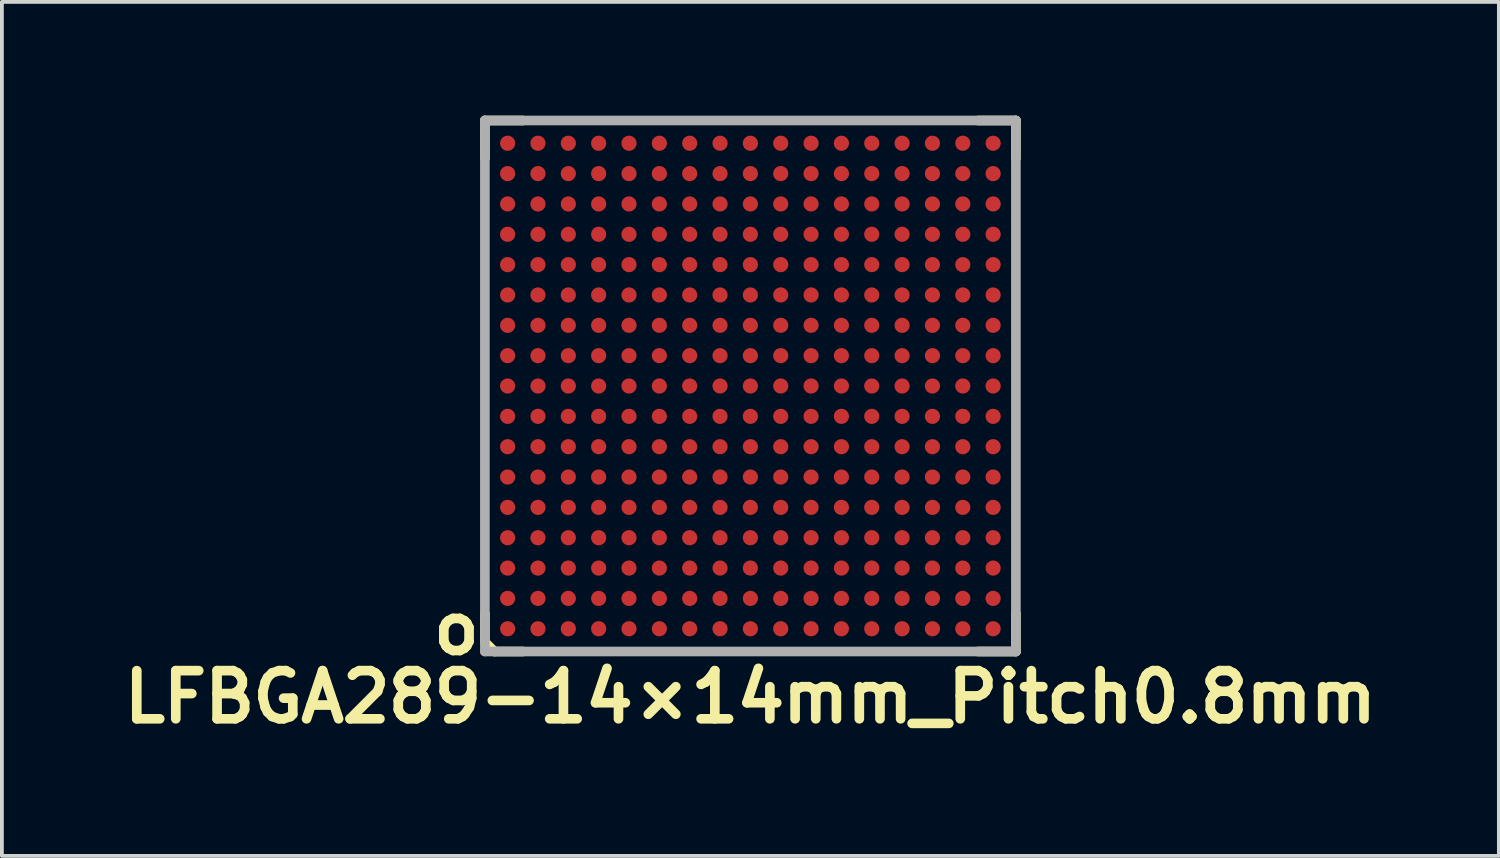
<source format=kicad_pcb>
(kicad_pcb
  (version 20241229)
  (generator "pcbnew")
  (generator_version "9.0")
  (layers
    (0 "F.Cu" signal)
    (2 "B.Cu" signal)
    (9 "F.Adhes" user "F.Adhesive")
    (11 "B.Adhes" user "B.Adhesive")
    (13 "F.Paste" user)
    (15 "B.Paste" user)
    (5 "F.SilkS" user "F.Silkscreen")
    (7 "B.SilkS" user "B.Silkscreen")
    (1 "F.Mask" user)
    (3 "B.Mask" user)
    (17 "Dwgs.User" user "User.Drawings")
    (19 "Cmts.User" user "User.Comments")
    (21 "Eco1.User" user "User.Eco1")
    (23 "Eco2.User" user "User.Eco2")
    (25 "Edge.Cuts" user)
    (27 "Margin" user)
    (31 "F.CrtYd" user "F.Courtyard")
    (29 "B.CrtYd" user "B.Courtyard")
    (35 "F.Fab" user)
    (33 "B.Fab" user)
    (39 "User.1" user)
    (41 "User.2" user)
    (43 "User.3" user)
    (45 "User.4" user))
  (footprint "LFBGA289-14×14mm_Pitch0.8mm"
    (layer "F.Cu")
    (at 16.734 7.127)
    (property "Reference" "LFBGA289-14×14mm_Pitch0.8mm" (at 0 8.2 0) (layer "F.SilkS") (effects (font (size 1.27 1.27) (thickness 0.254))))
    (attr smd)
    (fp_line (start -7 -7) (end -6 -7) (stroke (width 0.254) (type solid)) (layer "F.SilkS"))
    (fp_line (start -7 -6) (end -7 -7) (stroke (width 0.254) (type solid)) (layer "F.SilkS"))
    (fp_line (start -7 6) (end -7 6.75) (stroke (width 0.254) (type solid)) (layer "F.SilkS"))
    (fp_line (start -6.75 7) (end -7 6.75) (stroke (width 0.254) (type solid)) (layer "F.SilkS"))
    (fp_line (start -6.75 7) (end -6 7) (stroke (width 0.254) (type solid)) (layer "F.SilkS"))
    (fp_line (start 6 7) (end 7 7) (stroke (width 0.254) (type solid)) (layer "F.SilkS"))
    (fp_line (start 7 -7) (end 6 -7) (stroke (width 0.254) (type solid)) (layer "F.SilkS"))
    (fp_line (start 7 -6) (end 7 -7) (stroke (width 0.254) (type solid)) (layer "F.SilkS"))
    (fp_line (start 7 7) (end 7 6) (stroke (width 0.254) (type solid)) (layer "F.SilkS"))
    (fp_line (start -7 7) (end -7 -7) (stroke (width 0.254) (type solid)) (layer "F.Fab"))
    (fp_line (start 7 -7) (end -7 -7) (stroke (width 0.254) (type solid)) (layer "F.Fab"))
    (fp_line (start 7 7) (end -7 7) (stroke (width 0.254) (type solid)) (layer "F.Fab"))
    (fp_line (start 7 7) (end 7 -7) (stroke (width 0.254) (type solid)) (layer "F.Fab"))
    (fp_text user "o" (at -7.75 6.4 0) (layer "F.SilkS") (effects (font (size 1.27 1.27) (thickness 0.254))))
    (pad "" smd rect (at -6.4 -6.4 90) (size 0.42 0.42) (layers "F.Paste"))
    (pad "" smd rect (at -6.4 -5.6 90) (size 0.42 0.42) (layers "F.Paste"))
    (pad "" smd rect (at -6.4 -4.8 90) (size 0.42 0.42) (layers "F.Paste"))
    (pad "" smd rect (at -6.4 -4 90) (size 0.42 0.42) (layers "F.Paste"))
    (pad "" smd rect (at -6.4 -3.2 90) (size 0.42 0.42) (layers "F.Paste"))
    (pad "" smd rect (at -6.4 -2.4 90) (size 0.42 0.42) (layers "F.Paste"))
    (pad "" smd rect (at -6.4 -1.6 90) (size 0.42 0.42) (layers "F.Paste"))
    (pad "" smd rect (at -6.4 -0.8 90) (size 0.42 0.42) (layers "F.Paste"))
    (pad "" smd rect (at -6.4 0 90) (size 0.42 0.42) (layers "F.Paste"))
    (pad "" smd rect (at -6.4 0.8 90) (size 0.42 0.42) (layers "F.Paste"))
    (pad "" smd rect (at -6.4 1.6 90) (size 0.42 0.42) (layers "F.Paste"))
    (pad "" smd rect (at -6.4 2.4 90) (size 0.42 0.42) (layers "F.Paste"))
    (pad "" smd rect (at -6.4 3.2 90) (size 0.42 0.42) (layers "F.Paste"))
    (pad "" smd rect (at -6.4 4 90) (size 0.42 0.42) (layers "F.Paste"))
    (pad "" smd rect (at -6.4 4.8 90) (size 0.42 0.42) (layers "F.Paste"))
    (pad "" smd rect (at -6.4 5.6 90) (size 0.42 0.42) (layers "F.Paste"))
    (pad "" smd rect (at -6.4 6.4 90) (size 0.42 0.42) (layers "F.Paste"))
    (pad "" smd rect (at -5.6 -6.4 90) (size 0.42 0.42) (layers "F.Paste"))
    (pad "" smd rect (at -5.6 -5.6 90) (size 0.42 0.42) (layers "F.Paste"))
    (pad "" smd rect (at -5.6 -4.8 90) (size 0.42 0.42) (layers "F.Paste"))
    (pad "" smd rect (at -5.6 -4 90) (size 0.42 0.42) (layers "F.Paste"))
    (pad "" smd rect (at -5.6 -3.2 90) (size 0.42 0.42) (layers "F.Paste"))
    (pad "" smd rect (at -5.6 -2.4 90) (size 0.42 0.42) (layers "F.Paste"))
    (pad "" smd rect (at -5.6 -1.6 90) (size 0.42 0.42) (layers "F.Paste"))
    (pad "" smd rect (at -5.6 -0.8 90) (size 0.42 0.42) (layers "F.Paste"))
    (pad "" smd rect (at -5.6 0 90) (size 0.42 0.42) (layers "F.Paste"))
    (pad "" smd rect (at -5.6 0.8 90) (size 0.42 0.42) (layers "F.Paste"))
    (pad "" smd rect (at -5.6 1.6 90) (size 0.42 0.42) (layers "F.Paste"))
    (pad "" smd rect (at -5.6 2.4 90) (size 0.42 0.42) (layers "F.Paste"))
    (pad "" smd rect (at -5.6 3.2 90) (size 0.42 0.42) (layers "F.Paste"))
    (pad "" smd rect (at -5.6 4 90) (size 0.42 0.42) (layers "F.Paste"))
    (pad "" smd rect (at -5.6 4.8 90) (size 0.42 0.42) (layers "F.Paste"))
    (pad "" smd rect (at -5.6 5.6 90) (size 0.42 0.42) (layers "F.Paste"))
    (pad "" smd rect (at -5.6 6.4 90) (size 0.42 0.42) (layers "F.Paste"))
    (pad "" smd rect (at -4.8 -6.4 90) (size 0.42 0.42) (layers "F.Paste"))
    (pad "" smd rect (at -4.8 -5.6 90) (size 0.42 0.42) (layers "F.Paste"))
    (pad "" smd rect (at -4.8 -4.8 90) (size 0.42 0.42) (layers "F.Paste"))
    (pad "" smd rect (at -4.8 -4 90) (size 0.42 0.42) (layers "F.Paste"))
    (pad "" smd rect (at -4.8 -3.2 90) (size 0.42 0.42) (layers "F.Paste"))
    (pad "" smd rect (at -4.8 -2.4 90) (size 0.42 0.42) (layers "F.Paste"))
    (pad "" smd rect (at -4.8 -1.6 90) (size 0.42 0.42) (layers "F.Paste"))
    (pad "" smd rect (at -4.8 -0.8 90) (size 0.42 0.42) (layers "F.Paste"))
    (pad "" smd rect (at -4.8 0 90) (size 0.42 0.42) (layers "F.Paste"))
    (pad "" smd rect (at -4.8 0.8 90) (size 0.42 0.42) (layers "F.Paste"))
    (pad "" smd rect (at -4.8 1.6 90) (size 0.42 0.42) (layers "F.Paste"))
    (pad "" smd rect (at -4.8 2.4 90) (size 0.42 0.42) (layers "F.Paste"))
    (pad "" smd rect (at -4.8 3.2 90) (size 0.42 0.42) (layers "F.Paste"))
    (pad "" smd rect (at -4.8 4 90) (size 0.42 0.42) (layers "F.Paste"))
    (pad "" smd rect (at -4.8 4.8 90) (size 0.42 0.42) (layers "F.Paste"))
    (pad "" smd rect (at -4.8 5.6 90) (size 0.42 0.42) (layers "F.Paste"))
    (pad "" smd rect (at -4.8 6.4 90) (size 0.42 0.42) (layers "F.Paste"))
    (pad "" smd rect (at -4 -6.4 90) (size 0.42 0.42) (layers "F.Paste"))
    (pad "" smd rect (at -4 -5.6 90) (size 0.42 0.42) (layers "F.Paste"))
    (pad "" smd rect (at -4 -4.8 90) (size 0.42 0.42) (layers "F.Paste"))
    (pad "" smd rect (at -4 -4 90) (size 0.42 0.42) (layers "F.Paste"))
    (pad "" smd rect (at -4 -3.2 90) (size 0.42 0.42) (layers "F.Paste"))
    (pad "" smd rect (at -4 -2.4 90) (size 0.42 0.42) (layers "F.Paste"))
    (pad "" smd rect (at -4 -1.6 90) (size 0.42 0.42) (layers "F.Paste"))
    (pad "" smd rect (at -4 -0.8 90) (size 0.42 0.42) (layers "F.Paste"))
    (pad "" smd rect (at -4 0 90) (size 0.42 0.42) (layers "F.Paste"))
    (pad "" smd rect (at -4 0.8 90) (size 0.42 0.42) (layers "F.Paste"))
    (pad "" smd rect (at -4 1.6 90) (size 0.42 0.42) (layers "F.Paste"))
    (pad "" smd rect (at -4 2.4 90) (size 0.42 0.42) (layers "F.Paste"))
    (pad "" smd rect (at -4 3.2 90) (size 0.42 0.42) (layers "F.Paste"))
    (pad "" smd rect (at -4 4 90) (size 0.42 0.42) (layers "F.Paste"))
    (pad "" smd rect (at -4 4.8 90) (size 0.42 0.42) (layers "F.Paste"))
    (pad "" smd rect (at -4 5.6 90) (size 0.42 0.42) (layers "F.Paste"))
    (pad "" smd rect (at -4 6.4 90) (size 0.42 0.42) (layers "F.Paste"))
    (pad "" smd rect (at -3.2 -6.4 90) (size 0.42 0.42) (layers "F.Paste"))
    (pad "" smd rect (at -3.2 -5.6 90) (size 0.42 0.42) (layers "F.Paste"))
    (pad "" smd rect (at -3.2 -4.8 90) (size 0.42 0.42) (layers "F.Paste"))
    (pad "" smd rect (at -3.2 -4 90) (size 0.42 0.42) (layers "F.Paste"))
    (pad "" smd rect (at -3.2 -3.2 90) (size 0.42 0.42) (layers "F.Paste"))
    (pad "" smd rect (at -3.2 -2.4 90) (size 0.42 0.42) (layers "F.Paste"))
    (pad "" smd rect (at -3.2 -1.6 90) (size 0.42 0.42) (layers "F.Paste"))
    (pad "" smd rect (at -3.2 -0.8 90) (size 0.42 0.42) (layers "F.Paste"))
    (pad "" smd rect (at -3.2 0 90) (size 0.42 0.42) (layers "F.Paste"))
    (pad "" smd rect (at -3.2 0.8 90) (size 0.42 0.42) (layers "F.Paste"))
    (pad "" smd rect (at -3.2 1.6 90) (size 0.42 0.42) (layers "F.Paste"))
    (pad "" smd rect (at -3.2 2.4 90) (size 0.42 0.42) (layers "F.Paste"))
    (pad "" smd rect (at -3.2 3.2 90) (size 0.42 0.42) (layers "F.Paste"))
    (pad "" smd rect (at -3.2 4 90) (size 0.42 0.42) (layers "F.Paste"))
    (pad "" smd rect (at -3.2 4.8 90) (size 0.42 0.42) (layers "F.Paste"))
    (pad "" smd rect (at -3.2 5.6 90) (size 0.42 0.42) (layers "F.Paste"))
    (pad "" smd rect (at -3.2 6.4 90) (size 0.42 0.42) (layers "F.Paste"))
    (pad "" smd rect (at -2.4 -6.4 90) (size 0.42 0.42) (layers "F.Paste"))
    (pad "" smd rect (at -2.4 -5.6 90) (size 0.42 0.42) (layers "F.Paste"))
    (pad "" smd rect (at -2.4 -4.8 90) (size 0.42 0.42) (layers "F.Paste"))
    (pad "" smd rect (at -2.4 -4 90) (size 0.42 0.42) (layers "F.Paste"))
    (pad "" smd rect (at -2.4 -3.2 90) (size 0.42 0.42) (layers "F.Paste"))
    (pad "" smd rect (at -2.4 -2.4 90) (size 0.42 0.42) (layers "F.Paste"))
    (pad "" smd rect (at -2.4 -1.6 90) (size 0.42 0.42) (layers "F.Paste"))
    (pad "" smd rect (at -2.4 -0.8 90) (size 0.42 0.42) (layers "F.Paste"))
    (pad "" smd rect (at -2.4 0 90) (size 0.42 0.42) (layers "F.Paste"))
    (pad "" smd rect (at -2.4 0.8 90) (size 0.42 0.42) (layers "F.Paste"))
    (pad "" smd rect (at -2.4 1.6 90) (size 0.42 0.42) (layers "F.Paste"))
    (pad "" smd rect (at -2.4 2.4 90) (size 0.42 0.42) (layers "F.Paste"))
    (pad "" smd rect (at -2.4 3.2 90) (size 0.42 0.42) (layers "F.Paste"))
    (pad "" smd rect (at -2.4 4 90) (size 0.42 0.42) (layers "F.Paste"))
    (pad "" smd rect (at -2.4 4.8 90) (size 0.42 0.42) (layers "F.Paste"))
    (pad "" smd rect (at -2.4 5.6 90) (size 0.42 0.42) (layers "F.Paste"))
    (pad "" smd rect (at -2.4 6.4 90) (size 0.42 0.42) (layers "F.Paste"))
    (pad "" smd rect (at -1.6 -6.4 90) (size 0.42 0.42) (layers "F.Paste"))
    (pad "" smd rect (at -1.6 -5.6 90) (size 0.42 0.42) (layers "F.Paste"))
    (pad "" smd rect (at -1.6 -4.8 90) (size 0.42 0.42) (layers "F.Paste"))
    (pad "" smd rect (at -1.6 -4 90) (size 0.42 0.42) (layers "F.Paste"))
    (pad "" smd rect (at -1.6 -3.2 90) (size 0.42 0.42) (layers "F.Paste"))
    (pad "" smd rect (at -1.6 -2.4 90) (size 0.42 0.42) (layers "F.Paste"))
    (pad "" smd rect (at -1.6 -1.6 90) (size 0.42 0.42) (layers "F.Paste"))
    (pad "" smd rect (at -1.6 -0.8 90) (size 0.42 0.42) (layers "F.Paste"))
    (pad "" smd rect (at -1.6 0 90) (size 0.42 0.42) (layers "F.Paste"))
    (pad "" smd rect (at -1.6 0.8 90) (size 0.42 0.42) (layers "F.Paste"))
    (pad "" smd rect (at -1.6 1.6 90) (size 0.42 0.42) (layers "F.Paste"))
    (pad "" smd rect (at -1.6 2.4 90) (size 0.42 0.42) (layers "F.Paste"))
    (pad "" smd rect (at -1.6 3.2 90) (size 0.42 0.42) (layers "F.Paste"))
    (pad "" smd rect (at -1.6 4 90) (size 0.42 0.42) (layers "F.Paste"))
    (pad "" smd rect (at -1.6 4.8 90) (size 0.42 0.42) (layers "F.Paste"))
    (pad "" smd rect (at -1.6 5.6 90) (size 0.42 0.42) (layers "F.Paste"))
    (pad "" smd rect (at -1.6 6.4 90) (size 0.42 0.42) (layers "F.Paste"))
    (pad "" smd rect (at -0.8 -6.4 90) (size 0.42 0.42) (layers "F.Paste"))
    (pad "" smd rect (at -0.8 -5.6 90) (size 0.42 0.42) (layers "F.Paste"))
    (pad "" smd rect (at -0.8 -4.8 90) (size 0.42 0.42) (layers "F.Paste"))
    (pad "" smd rect (at -0.8 -4 90) (size 0.42 0.42) (layers "F.Paste"))
    (pad "" smd rect (at -0.8 -3.2 90) (size 0.42 0.42) (layers "F.Paste"))
    (pad "" smd rect (at -0.8 -2.4 90) (size 0.42 0.42) (layers "F.Paste"))
    (pad "" smd rect (at -0.8 -1.6 90) (size 0.42 0.42) (layers "F.Paste"))
    (pad "" smd rect (at -0.8 -0.8 90) (size 0.42 0.42) (layers "F.Paste"))
    (pad "" smd rect (at -0.8 0 90) (size 0.42 0.42) (layers "F.Paste"))
    (pad "" smd rect (at -0.8 0.8 90) (size 0.42 0.42) (layers "F.Paste"))
    (pad "" smd rect (at -0.8 1.6 90) (size 0.42 0.42) (layers "F.Paste"))
    (pad "" smd rect (at -0.8 2.4 90) (size 0.42 0.42) (layers "F.Paste"))
    (pad "" smd rect (at -0.8 3.2 90) (size 0.42 0.42) (layers "F.Paste"))
    (pad "" smd rect (at -0.8 4 90) (size 0.42 0.42) (layers "F.Paste"))
    (pad "" smd rect (at -0.8 4.8 90) (size 0.42 0.42) (layers "F.Paste"))
    (pad "" smd rect (at -0.8 5.6 90) (size 0.42 0.42) (layers "F.Paste"))
    (pad "" smd rect (at -0.8 6.4 90) (size 0.42 0.42) (layers "F.Paste"))
    (pad "" smd rect (at 0 -6.4 90) (size 0.42 0.42) (layers "F.Paste"))
    (pad "" smd rect (at 0 -5.6 90) (size 0.42 0.42) (layers "F.Paste"))
    (pad "" smd rect (at 0 -4.8 90) (size 0.42 0.42) (layers "F.Paste"))
    (pad "" smd rect (at 0 -4 90) (size 0.42 0.42) (layers "F.Paste"))
    (pad "" smd rect (at 0 -3.2 90) (size 0.42 0.42) (layers "F.Paste"))
    (pad "" smd rect (at 0 -2.4 90) (size 0.42 0.42) (layers "F.Paste"))
    (pad "" smd rect (at 0 -1.6 90) (size 0.42 0.42) (layers "F.Paste"))
    (pad "" smd rect (at 0 -0.8 90) (size 0.42 0.42) (layers "F.Paste"))
    (pad "" smd rect (at 0 0 90) (size 0.42 0.42) (layers "F.Paste"))
    (pad "" smd rect (at 0 0.8 90) (size 0.42 0.42) (layers "F.Paste"))
    (pad "" smd rect (at 0 1.6 90) (size 0.42 0.42) (layers "F.Paste"))
    (pad "" smd rect (at 0 2.4 90) (size 0.42 0.42) (layers "F.Paste"))
    (pad "" smd rect (at 0 3.2 90) (size 0.42 0.42) (layers "F.Paste"))
    (pad "" smd rect (at 0 4 90) (size 0.42 0.42) (layers "F.Paste"))
    (pad "" smd rect (at 0 4.8 90) (size 0.42 0.42) (layers "F.Paste"))
    (pad "" smd rect (at 0 5.6 90) (size 0.42 0.42) (layers "F.Paste"))
    (pad "" smd rect (at 0 6.4 90) (size 0.42 0.42) (layers "F.Paste"))
    (pad "" smd rect (at 0.8 -6.4 90) (size 0.42 0.42) (layers "F.Paste"))
    (pad "" smd rect (at 0.8 -5.6 90) (size 0.42 0.42) (layers "F.Paste"))
    (pad "" smd rect (at 0.8 -4.8 90) (size 0.42 0.42) (layers "F.Paste"))
    (pad "" smd rect (at 0.8 -4 90) (size 0.42 0.42) (layers "F.Paste"))
    (pad "" smd rect (at 0.8 -3.2 90) (size 0.42 0.42) (layers "F.Paste"))
    (pad "" smd rect (at 0.8 -2.4 90) (size 0.42 0.42) (layers "F.Paste"))
    (pad "" smd rect (at 0.8 -1.6 90) (size 0.42 0.42) (layers "F.Paste"))
    (pad "" smd rect (at 0.8 -0.8 90) (size 0.42 0.42) (layers "F.Paste"))
    (pad "" smd rect (at 0.8 0 90) (size 0.42 0.42) (layers "F.Paste"))
    (pad "" smd rect (at 0.8 0.8 90) (size 0.42 0.42) (layers "F.Paste"))
    (pad "" smd rect (at 0.8 1.6 90) (size 0.42 0.42) (layers "F.Paste"))
    (pad "" smd rect (at 0.8 2.4 90) (size 0.42 0.42) (layers "F.Paste"))
    (pad "" smd rect (at 0.8 3.2 90) (size 0.42 0.42) (layers "F.Paste"))
    (pad "" smd rect (at 0.8 4 90) (size 0.42 0.42) (layers "F.Paste"))
    (pad "" smd rect (at 0.8 4.8 90) (size 0.42 0.42) (layers "F.Paste"))
    (pad "" smd rect (at 0.8 5.6 90) (size 0.42 0.42) (layers "F.Paste"))
    (pad "" smd rect (at 0.8 6.4 90) (size 0.42 0.42) (layers "F.Paste"))
    (pad "" smd rect (at 1.6 -6.4 90) (size 0.42 0.42) (layers "F.Paste"))
    (pad "" smd rect (at 1.6 -5.6 90) (size 0.42 0.42) (layers "F.Paste"))
    (pad "" smd rect (at 1.6 -4.8 90) (size 0.42 0.42) (layers "F.Paste"))
    (pad "" smd rect (at 1.6 -4 90) (size 0.42 0.42) (layers "F.Paste"))
    (pad "" smd rect (at 1.6 -3.2 90) (size 0.42 0.42) (layers "F.Paste"))
    (pad "" smd rect (at 1.6 -2.4 90) (size 0.42 0.42) (layers "F.Paste"))
    (pad "" smd rect (at 1.6 -1.6 90) (size 0.42 0.42) (layers "F.Paste"))
    (pad "" smd rect (at 1.6 -0.8 90) (size 0.42 0.42) (layers "F.Paste"))
    (pad "" smd rect (at 1.6 0 90) (size 0.42 0.42) (layers "F.Paste"))
    (pad "" smd rect (at 1.6 0.8 90) (size 0.42 0.42) (layers "F.Paste"))
    (pad "" smd rect (at 1.6 1.6 90) (size 0.42 0.42) (layers "F.Paste"))
    (pad "" smd rect (at 1.6 2.4 90) (size 0.42 0.42) (layers "F.Paste"))
    (pad "" smd rect (at 1.6 3.2 90) (size 0.42 0.42) (layers "F.Paste"))
    (pad "" smd rect (at 1.6 4 90) (size 0.42 0.42) (layers "F.Paste"))
    (pad "" smd rect (at 1.6 4.8 90) (size 0.42 0.42) (layers "F.Paste"))
    (pad "" smd rect (at 1.6 5.6 90) (size 0.42 0.42) (layers "F.Paste"))
    (pad "" smd rect (at 1.6 6.4 90) (size 0.42 0.42) (layers "F.Paste"))
    (pad "" smd rect (at 2.4 -6.4 90) (size 0.42 0.42) (layers "F.Paste"))
    (pad "" smd rect (at 2.4 -5.6 90) (size 0.42 0.42) (layers "F.Paste"))
    (pad "" smd rect (at 2.4 -4.8 90) (size 0.42 0.42) (layers "F.Paste"))
    (pad "" smd rect (at 2.4 -4 90) (size 0.42 0.42) (layers "F.Paste"))
    (pad "" smd rect (at 2.4 -3.2 90) (size 0.42 0.42) (layers "F.Paste"))
    (pad "" smd rect (at 2.4 -2.4 90) (size 0.42 0.42) (layers "F.Paste"))
    (pad "" smd rect (at 2.4 -1.6 90) (size 0.42 0.42) (layers "F.Paste"))
    (pad "" smd rect (at 2.4 -0.8 90) (size 0.42 0.42) (layers "F.Paste"))
    (pad "" smd rect (at 2.4 0 90) (size 0.42 0.42) (layers "F.Paste"))
    (pad "" smd rect (at 2.4 0.8 90) (size 0.42 0.42) (layers "F.Paste"))
    (pad "" smd rect (at 2.4 1.6 90) (size 0.42 0.42) (layers "F.Paste"))
    (pad "" smd rect (at 2.4 2.4 90) (size 0.42 0.42) (layers "F.Paste"))
    (pad "" smd rect (at 2.4 3.2 90) (size 0.42 0.42) (layers "F.Paste"))
    (pad "" smd rect (at 2.4 4 90) (size 0.42 0.42) (layers "F.Paste"))
    (pad "" smd rect (at 2.4 4.8 90) (size 0.42 0.42) (layers "F.Paste"))
    (pad "" smd rect (at 2.4 5.6 90) (size 0.42 0.42) (layers "F.Paste"))
    (pad "" smd rect (at 2.4 6.4 90) (size 0.42 0.42) (layers "F.Paste"))
    (pad "" smd rect (at 3.2 -6.4 90) (size 0.42 0.42) (layers "F.Paste"))
    (pad "" smd rect (at 3.2 -5.6 90) (size 0.42 0.42) (layers "F.Paste"))
    (pad "" smd rect (at 3.2 -4.8 90) (size 0.42 0.42) (layers "F.Paste"))
    (pad "" smd rect (at 3.2 -4 90) (size 0.42 0.42) (layers "F.Paste"))
    (pad "" smd rect (at 3.2 -3.2 90) (size 0.42 0.42) (layers "F.Paste"))
    (pad "" smd rect (at 3.2 -2.4 90) (size 0.42 0.42) (layers "F.Paste"))
    (pad "" smd rect (at 3.2 -1.6 90) (size 0.42 0.42) (layers "F.Paste"))
    (pad "" smd rect (at 3.2 -0.8 90) (size 0.42 0.42) (layers "F.Paste"))
    (pad "" smd rect (at 3.2 0 90) (size 0.42 0.42) (layers "F.Paste"))
    (pad "" smd rect (at 3.2 0.8 90) (size 0.42 0.42) (layers "F.Paste"))
    (pad "" smd rect (at 3.2 1.6 90) (size 0.42 0.42) (layers "F.Paste"))
    (pad "" smd rect (at 3.2 2.4 90) (size 0.42 0.42) (layers "F.Paste"))
    (pad "" smd rect (at 3.2 3.2 90) (size 0.42 0.42) (layers "F.Paste"))
    (pad "" smd rect (at 3.2 4 90) (size 0.42 0.42) (layers "F.Paste"))
    (pad "" smd rect (at 3.2 4.8 90) (size 0.42 0.42) (layers "F.Paste"))
    (pad "" smd rect (at 3.2 5.6 90) (size 0.42 0.42) (layers "F.Paste"))
    (pad "" smd rect (at 3.2 6.4 90) (size 0.42 0.42) (layers "F.Paste"))
    (pad "" smd rect (at 4 -6.4 90) (size 0.42 0.42) (layers "F.Paste"))
    (pad "" smd rect (at 4 -5.6 90) (size 0.42 0.42) (layers "F.Paste"))
    (pad "" smd rect (at 4 -4.8 90) (size 0.42 0.42) (layers "F.Paste"))
    (pad "" smd rect (at 4 -4 90) (size 0.42 0.42) (layers "F.Paste"))
    (pad "" smd rect (at 4 -3.2 90) (size 0.42 0.42) (layers "F.Paste"))
    (pad "" smd rect (at 4 -2.4 90) (size 0.42 0.42) (layers "F.Paste"))
    (pad "" smd rect (at 4 -1.6 90) (size 0.42 0.42) (layers "F.Paste"))
    (pad "" smd rect (at 4 -0.8 90) (size 0.42 0.42) (layers "F.Paste"))
    (pad "" smd rect (at 4 0 90) (size 0.42 0.42) (layers "F.Paste"))
    (pad "" smd rect (at 4 0.8 90) (size 0.42 0.42) (layers "F.Paste"))
    (pad "" smd rect (at 4 1.6 90) (size 0.42 0.42) (layers "F.Paste"))
    (pad "" smd rect (at 4 2.4 90) (size 0.42 0.42) (layers "F.Paste"))
    (pad "" smd rect (at 4 3.2 90) (size 0.42 0.42) (layers "F.Paste"))
    (pad "" smd rect (at 4 4 90) (size 0.42 0.42) (layers "F.Paste"))
    (pad "" smd rect (at 4 4.8 90) (size 0.42 0.42) (layers "F.Paste"))
    (pad "" smd rect (at 4 5.6 90) (size 0.42 0.42) (layers "F.Paste"))
    (pad "" smd rect (at 4 6.4 90) (size 0.42 0.42) (layers "F.Paste"))
    (pad "" smd rect (at 4.8 -6.4 90) (size 0.42 0.42) (layers "F.Paste"))
    (pad "" smd rect (at 4.8 -5.6 90) (size 0.42 0.42) (layers "F.Paste"))
    (pad "" smd rect (at 4.8 -4.8 90) (size 0.42 0.42) (layers "F.Paste"))
    (pad "" smd rect (at 4.8 -4 90) (size 0.42 0.42) (layers "F.Paste"))
    (pad "" smd rect (at 4.8 -3.2 90) (size 0.42 0.42) (layers "F.Paste"))
    (pad "" smd rect (at 4.8 -2.4 90) (size 0.42 0.42) (layers "F.Paste"))
    (pad "" smd rect (at 4.8 -1.6 90) (size 0.42 0.42) (layers "F.Paste"))
    (pad "" smd rect (at 4.8 -0.8 90) (size 0.42 0.42) (layers "F.Paste"))
    (pad "" smd rect (at 4.8 0 90) (size 0.42 0.42) (layers "F.Paste"))
    (pad "" smd rect (at 4.8 0.8 90) (size 0.42 0.42) (layers "F.Paste"))
    (pad "" smd rect (at 4.8 1.6 90) (size 0.42 0.42) (layers "F.Paste"))
    (pad "" smd rect (at 4.8 2.4 90) (size 0.42 0.42) (layers "F.Paste"))
    (pad "" smd rect (at 4.8 3.2 90) (size 0.42 0.42) (layers "F.Paste"))
    (pad "" smd rect (at 4.8 4 90) (size 0.42 0.42) (layers "F.Paste"))
    (pad "" smd rect (at 4.8 4.8 90) (size 0.42 0.42) (layers "F.Paste"))
    (pad "" smd rect (at 4.8 5.6 90) (size 0.42 0.42) (layers "F.Paste"))
    (pad "" smd rect (at 4.8 6.4 90) (size 0.42 0.42) (layers "F.Paste"))
    (pad "" smd rect (at 5.6 -6.4 90) (size 0.42 0.42) (layers "F.Paste"))
    (pad "" smd rect (at 5.6 -5.6 90) (size 0.42 0.42) (layers "F.Paste"))
    (pad "" smd rect (at 5.6 -4.8 90) (size 0.42 0.42) (layers "F.Paste"))
    (pad "" smd rect (at 5.6 -4 90) (size 0.42 0.42) (layers "F.Paste"))
    (pad "" smd rect (at 5.6 -3.2 90) (size 0.42 0.42) (layers "F.Paste"))
    (pad "" smd rect (at 5.6 -2.4 90) (size 0.42 0.42) (layers "F.Paste"))
    (pad "" smd rect (at 5.6 -1.6 90) (size 0.42 0.42) (layers "F.Paste"))
    (pad "" smd rect (at 5.6 -0.8 90) (size 0.42 0.42) (layers "F.Paste"))
    (pad "" smd rect (at 5.6 0 90) (size 0.42 0.42) (layers "F.Paste"))
    (pad "" smd rect (at 5.6 0.8 90) (size 0.42 0.42) (layers "F.Paste"))
    (pad "" smd rect (at 5.6 1.6 90) (size 0.42 0.42) (layers "F.Paste"))
    (pad "" smd rect (at 5.6 2.4 90) (size 0.42 0.42) (layers "F.Paste"))
    (pad "" smd rect (at 5.6 3.2 90) (size 0.42 0.42) (layers "F.Paste"))
    (pad "" smd rect (at 5.6 4 90) (size 0.42 0.42) (layers "F.Paste"))
    (pad "" smd rect (at 5.6 4.8 90) (size 0.42 0.42) (layers "F.Paste"))
    (pad "" smd rect (at 5.6 5.6 90) (size 0.42 0.42) (layers "F.Paste"))
    (pad "" smd rect (at 5.6 6.4 90) (size 0.42 0.42) (layers "F.Paste"))
    (pad "" smd rect (at 6.4 -6.4 90) (size 0.42 0.42) (layers "F.Paste"))
    (pad "" smd rect (at 6.4 -5.6 90) (size 0.42 0.42) (layers "F.Paste"))
    (pad "" smd rect (at 6.4 -4.8 90) (size 0.42 0.42) (layers "F.Paste"))
    (pad "" smd rect (at 6.4 -4 90) (size 0.42 0.42) (layers "F.Paste"))
    (pad "" smd rect (at 6.4 -3.2 90) (size 0.42 0.42) (layers "F.Paste"))
    (pad "" smd rect (at 6.4 -2.4 90) (size 0.42 0.42) (layers "F.Paste"))
    (pad "" smd rect (at 6.4 -1.6 90) (size 0.42 0.42) (layers "F.Paste"))
    (pad "" smd rect (at 6.4 -0.8 90) (size 0.42 0.42) (layers "F.Paste"))
    (pad "" smd rect (at 6.4 0 90) (size 0.42 0.42) (layers "F.Paste"))
    (pad "" smd rect (at 6.4 0.8 90) (size 0.42 0.42) (layers "F.Paste"))
    (pad "" smd rect (at 6.4 1.6 90) (size 0.42 0.42) (layers "F.Paste"))
    (pad "" smd rect (at 6.4 2.4 90) (size 0.42 0.42) (layers "F.Paste"))
    (pad "" smd rect (at 6.4 3.2 90) (size 0.42 0.42) (layers "F.Paste"))
    (pad "" smd rect (at 6.4 4 90) (size 0.42 0.42) (layers "F.Paste"))
    (pad "" smd rect (at 6.4 4.8 90) (size 0.42 0.42) (layers "F.Paste"))
    (pad "" smd rect (at 6.4 5.6 90) (size 0.42 0.42) (layers "F.Paste"))
    (pad "" smd rect (at 6.4 6.4 90) (size 0.42 0.42) (layers "F.Paste"))
    (pad "A1" smd circle (at -6.4 6.4 90) (size 0.4 0.4) (layers "F.Cu" "F.Mask"))
    (pad "A2" smd circle (at -6.4 5.6 90) (size 0.4 0.4) (layers "F.Cu" "F.Mask"))
    (pad "A3" smd circle (at -6.4 4.8 90) (size 0.4 0.4) (layers "F.Cu" "F.Mask"))
    (pad "A4" smd circle (at -6.4 4 90) (size 0.4 0.4) (layers "F.Cu" "F.Mask"))
    (pad "A5" smd circle (at -6.4 3.2 90) (size 0.4 0.4) (layers "F.Cu" "F.Mask"))
    (pad "A6" smd circle (at -6.4 2.4 90) (size 0.4 0.4) (layers "F.Cu" "F.Mask"))
    (pad "A7" smd circle (at -6.4 1.6 90) (size 0.4 0.4) (layers "F.Cu" "F.Mask"))
    (pad "A8" smd circle (at -6.4 0.8 90) (size 0.4 0.4) (layers "F.Cu" "F.Mask"))
    (pad "A9" smd circle (at -6.4 0 90) (size 0.4 0.4) (layers "F.Cu" "F.Mask"))
    (pad "A10" smd circle (at -6.4 -0.8 90) (size 0.4 0.4) (layers "F.Cu" "F.Mask"))
    (pad "A11" smd circle (at -6.4 -1.6 90) (size 0.4 0.4) (layers "F.Cu" "F.Mask"))
    (pad "A12" smd circle (at -6.4 -2.4 90) (size 0.4 0.4) (layers "F.Cu" "F.Mask"))
    (pad "A13" smd circle (at -6.4 -3.2 90) (size 0.4 0.4) (layers "F.Cu" "F.Mask"))
    (pad "A14" smd circle (at -6.4 -4 90) (size 0.4 0.4) (layers "F.Cu" "F.Mask"))
    (pad "A15" smd circle (at -6.4 -4.8 90) (size 0.4 0.4) (layers "F.Cu" "F.Mask"))
    (pad "A16" smd circle (at -6.4 -5.6 90) (size 0.4 0.4) (layers "F.Cu" "F.Mask"))
    (pad "A17" smd circle (at -6.4 -6.4 90) (size 0.4 0.4) (layers "F.Cu" "F.Mask"))
    (pad "B1" smd circle (at -5.6 6.4 90) (size 0.4 0.4) (layers "F.Cu" "F.Mask"))
    (pad "B2" smd circle (at -5.6 5.6 90) (size 0.4 0.4) (layers "F.Cu" "F.Mask"))
    (pad "B3" smd circle (at -5.6 4.8 90) (size 0.4 0.4) (layers "F.Cu" "F.Mask"))
    (pad "B4" smd circle (at -5.6 4 90) (size 0.4 0.4) (layers "F.Cu" "F.Mask"))
    (pad "B5" smd circle (at -5.6 3.2 90) (size 0.4 0.4) (layers "F.Cu" "F.Mask"))
    (pad "B6" smd circle (at -5.6 2.4 90) (size 0.4 0.4) (layers "F.Cu" "F.Mask"))
    (pad "B7" smd circle (at -5.6 1.6 90) (size 0.4 0.4) (layers "F.Cu" "F.Mask"))
    (pad "B8" smd circle (at -5.6 0.8 90) (size 0.4 0.4) (layers "F.Cu" "F.Mask"))
    (pad "B9" smd circle (at -5.6 0 90) (size 0.4 0.4) (layers "F.Cu" "F.Mask"))
    (pad "B10" smd circle (at -5.6 -0.8 90) (size 0.4 0.4) (layers "F.Cu" "F.Mask"))
    (pad "B11" smd circle (at -5.6 -1.6 90) (size 0.4 0.4) (layers "F.Cu" "F.Mask"))
    (pad "B12" smd circle (at -5.6 -2.4 90) (size 0.4 0.4) (layers "F.Cu" "F.Mask"))
    (pad "B13" smd circle (at -5.6 -3.2 90) (size 0.4 0.4) (layers "F.Cu" "F.Mask"))
    (pad "B14" smd circle (at -5.6 -4 90) (size 0.4 0.4) (layers "F.Cu" "F.Mask"))
    (pad "B15" smd circle (at -5.6 -4.8 90) (size 0.4 0.4) (layers "F.Cu" "F.Mask"))
    (pad "B16" smd circle (at -5.6 -5.6 90) (size 0.4 0.4) (layers "F.Cu" "F.Mask"))
    (pad "B17" smd circle (at -5.6 -6.4 90) (size 0.4 0.4) (layers "F.Cu" "F.Mask"))
    (pad "C1" smd circle (at -4.8 6.4 90) (size 0.4 0.4) (layers "F.Cu" "F.Mask"))
    (pad "C2" smd circle (at -4.8 5.6 90) (size 0.4 0.4) (layers "F.Cu" "F.Mask"))
    (pad "C3" smd circle (at -4.8 4.8 90) (size 0.4 0.4) (layers "F.Cu" "F.Mask"))
    (pad "C4" smd circle (at -4.8 4 90) (size 0.4 0.4) (layers "F.Cu" "F.Mask"))
    (pad "C5" smd circle (at -4.8 3.2 90) (size 0.4 0.4) (layers "F.Cu" "F.Mask"))
    (pad "C6" smd circle (at -4.8 2.4 90) (size 0.4 0.4) (layers "F.Cu" "F.Mask"))
    (pad "C7" smd circle (at -4.8 1.6 90) (size 0.4 0.4) (layers "F.Cu" "F.Mask"))
    (pad "C8" smd circle (at -4.8 0.8 90) (size 0.4 0.4) (layers "F.Cu" "F.Mask"))
    (pad "C9" smd circle (at -4.8 0 90) (size 0.4 0.4) (layers "F.Cu" "F.Mask"))
    (pad "C10" smd circle (at -4.8 -0.8 90) (size 0.4 0.4) (layers "F.Cu" "F.Mask"))
    (pad "C11" smd circle (at -4.8 -1.6 90) (size 0.4 0.4) (layers "F.Cu" "F.Mask"))
    (pad "C12" smd circle (at -4.8 -2.4 90) (size 0.4 0.4) (layers "F.Cu" "F.Mask"))
    (pad "C13" smd circle (at -4.8 -3.2 90) (size 0.4 0.4) (layers "F.Cu" "F.Mask"))
    (pad "C14" smd circle (at -4.8 -4 90) (size 0.4 0.4) (layers "F.Cu" "F.Mask"))
    (pad "C15" smd circle (at -4.8 -4.8 90) (size 0.4 0.4) (layers "F.Cu" "F.Mask"))
    (pad "C16" smd circle (at -4.8 -5.6 90) (size 0.4 0.4) (layers "F.Cu" "F.Mask"))
    (pad "C17" smd circle (at -4.8 -6.4 90) (size 0.4 0.4) (layers "F.Cu" "F.Mask"))
    (pad "D1" smd circle (at -4 6.4 90) (size 0.4 0.4) (layers "F.Cu" "F.Mask"))
    (pad "D2" smd circle (at -4 5.6 90) (size 0.4 0.4) (layers "F.Cu" "F.Mask"))
    (pad "D3" smd circle (at -4 4.8 90) (size 0.4 0.4) (layers "F.Cu" "F.Mask"))
    (pad "D4" smd circle (at -4 4 90) (size 0.4 0.4) (layers "F.Cu" "F.Mask"))
    (pad "D5" smd circle (at -4 3.2 90) (size 0.4 0.4) (layers "F.Cu" "F.Mask"))
    (pad "D6" smd circle (at -4 2.4 90) (size 0.4 0.4) (layers "F.Cu" "F.Mask"))
    (pad "D7" smd circle (at -4 1.6 90) (size 0.4 0.4) (layers "F.Cu" "F.Mask"))
    (pad "D8" smd circle (at -4 0.8 90) (size 0.4 0.4) (layers "F.Cu" "F.Mask"))
    (pad "D9" smd circle (at -4 0 90) (size 0.4 0.4) (layers "F.Cu" "F.Mask"))
    (pad "D10" smd circle (at -4 -0.8 90) (size 0.4 0.4) (layers "F.Cu" "F.Mask"))
    (pad "D11" smd circle (at -4 -1.6 90) (size 0.4 0.4) (layers "F.Cu" "F.Mask"))
    (pad "D12" smd circle (at -4 -2.4 90) (size 0.4 0.4) (layers "F.Cu" "F.Mask"))
    (pad "D13" smd circle (at -4 -3.2 90) (size 0.4 0.4) (layers "F.Cu" "F.Mask"))
    (pad "D14" smd circle (at -4 -4 90) (size 0.4 0.4) (layers "F.Cu" "F.Mask"))
    (pad "D15" smd circle (at -4 -4.8 90) (size 0.4 0.4) (layers "F.Cu" "F.Mask"))
    (pad "D16" smd circle (at -4 -5.6 90) (size 0.4 0.4) (layers "F.Cu" "F.Mask"))
    (pad "D17" smd circle (at -4 -6.4 90) (size 0.4 0.4) (layers "F.Cu" "F.Mask"))
    (pad "E1" smd circle (at -3.2 6.4 90) (size 0.4 0.4) (layers "F.Cu" "F.Mask"))
    (pad "E2" smd circle (at -3.2 5.6 90) (size 0.4 0.4) (layers "F.Cu" "F.Mask"))
    (pad "E3" smd circle (at -3.2 4.8 90) (size 0.4 0.4) (layers "F.Cu" "F.Mask"))
    (pad "E4" smd circle (at -3.2 4 90) (size 0.4 0.4) (layers "F.Cu" "F.Mask"))
    (pad "E5" smd circle (at -3.2 3.2 90) (size 0.4 0.4) (layers "F.Cu" "F.Mask"))
    (pad "E6" smd circle (at -3.2 2.4 90) (size 0.4 0.4) (layers "F.Cu" "F.Mask"))
    (pad "E7" smd circle (at -3.2 1.6 90) (size 0.4 0.4) (layers "F.Cu" "F.Mask"))
    (pad "E8" smd circle (at -3.2 0.8 90) (size 0.4 0.4) (layers "F.Cu" "F.Mask"))
    (pad "E9" smd circle (at -3.2 0 90) (size 0.4 0.4) (layers "F.Cu" "F.Mask"))
    (pad "E10" smd circle (at -3.2 -0.8 90) (size 0.4 0.4) (layers "F.Cu" "F.Mask"))
    (pad "E11" smd circle (at -3.2 -1.6 90) (size 0.4 0.4) (layers "F.Cu" "F.Mask"))
    (pad "E12" smd circle (at -3.2 -2.4 90) (size 0.4 0.4) (layers "F.Cu" "F.Mask"))
    (pad "E13" smd circle (at -3.2 -3.2 90) (size 0.4 0.4) (layers "F.Cu" "F.Mask"))
    (pad "E14" smd circle (at -3.2 -4 90) (size 0.4 0.4) (layers "F.Cu" "F.Mask"))
    (pad "E15" smd circle (at -3.2 -4.8 90) (size 0.4 0.4) (layers "F.Cu" "F.Mask"))
    (pad "E16" smd circle (at -3.2 -5.6 90) (size 0.4 0.4) (layers "F.Cu" "F.Mask"))
    (pad "E17" smd circle (at -3.2 -6.4 90) (size 0.4 0.4) (layers "F.Cu" "F.Mask"))
    (pad "F1" smd circle (at -2.4 6.4 90) (size 0.4 0.4) (layers "F.Cu" "F.Mask"))
    (pad "F2" smd circle (at -2.4 5.6 90) (size 0.4 0.4) (layers "F.Cu" "F.Mask"))
    (pad "F3" smd circle (at -2.4 4.8 90) (size 0.4 0.4) (layers "F.Cu" "F.Mask"))
    (pad "F4" smd circle (at -2.4 4 90) (size 0.4 0.4) (layers "F.Cu" "F.Mask"))
    (pad "F5" smd circle (at -2.4 3.2 90) (size 0.4 0.4) (layers "F.Cu" "F.Mask"))
    (pad "F6" smd circle (at -2.4 2.4 90) (size 0.4 0.4) (layers "F.Cu" "F.Mask"))
    (pad "F7" smd circle (at -2.4 1.6 90) (size 0.4 0.4) (layers "F.Cu" "F.Mask"))
    (pad "F8" smd circle (at -2.4 0.8 90) (size 0.4 0.4) (layers "F.Cu" "F.Mask"))
    (pad "F9" smd circle (at -2.4 0 90) (size 0.4 0.4) (layers "F.Cu" "F.Mask"))
    (pad "F10" smd circle (at -2.4 -0.8 90) (size 0.4 0.4) (layers "F.Cu" "F.Mask"))
    (pad "F11" smd circle (at -2.4 -1.6 90) (size 0.4 0.4) (layers "F.Cu" "F.Mask"))
    (pad "F12" smd circle (at -2.4 -2.4 90) (size 0.4 0.4) (layers "F.Cu" "F.Mask"))
    (pad "F13" smd circle (at -2.4 -3.2 90) (size 0.4 0.4) (layers "F.Cu" "F.Mask"))
    (pad "F14" smd circle (at -2.4 -4 90) (size 0.4 0.4) (layers "F.Cu" "F.Mask"))
    (pad "F15" smd circle (at -2.4 -4.8 90) (size 0.4 0.4) (layers "F.Cu" "F.Mask"))
    (pad "F16" smd circle (at -2.4 -5.6 90) (size 0.4 0.4) (layers "F.Cu" "F.Mask"))
    (pad "F17" smd circle (at -2.4 -6.4 90) (size 0.4 0.4) (layers "F.Cu" "F.Mask"))
    (pad "G1" smd circle (at -1.6 6.4 90) (size 0.4 0.4) (layers "F.Cu" "F.Mask"))
    (pad "G2" smd circle (at -1.6 5.6 90) (size 0.4 0.4) (layers "F.Cu" "F.Mask"))
    (pad "G3" smd circle (at -1.6 4.8 90) (size 0.4 0.4) (layers "F.Cu" "F.Mask"))
    (pad "G4" smd circle (at -1.6 4 90) (size 0.4 0.4) (layers "F.Cu" "F.Mask"))
    (pad "G5" smd circle (at -1.6 3.2 90) (size 0.4 0.4) (layers "F.Cu" "F.Mask"))
    (pad "G6" smd circle (at -1.6 2.4 90) (size 0.4 0.4) (layers "F.Cu" "F.Mask"))
    (pad "G7" smd circle (at -1.6 1.6 90) (size 0.4 0.4) (layers "F.Cu" "F.Mask"))
    (pad "G8" smd circle (at -1.6 0.8 90) (size 0.4 0.4) (layers "F.Cu" "F.Mask"))
    (pad "G9" smd circle (at -1.6 0 90) (size 0.4 0.4) (layers "F.Cu" "F.Mask"))
    (pad "G10" smd circle (at -1.6 -0.8 90) (size 0.4 0.4) (layers "F.Cu" "F.Mask"))
    (pad "G11" smd circle (at -1.6 -1.6 270) (size 0.4 0.4) (layers "F.Cu" "F.Mask"))
    (pad "G12" smd circle (at -1.6 -2.4 90) (size 0.4 0.4) (layers "F.Cu" "F.Mask"))
    (pad "G13" smd circle (at -1.6 -3.2 90) (size 0.4 0.4) (layers "F.Cu" "F.Mask"))
    (pad "G14" smd circle (at -1.6 -4 90) (size 0.4 0.4) (layers "F.Cu" "F.Mask"))
    (pad "G15" smd circle (at -1.6 -4.8 90) (size 0.4 0.4) (layers "F.Cu" "F.Mask"))
    (pad "G16" smd circle (at -1.6 -5.6 90) (size 0.4 0.4) (layers "F.Cu" "F.Mask"))
    (pad "G17" smd circle (at -1.6 -6.4 90) (size 0.4 0.4) (layers "F.Cu" "F.Mask"))
    (pad "H1" smd circle (at -0.8 6.4 90) (size 0.4 0.4) (layers "F.Cu" "F.Mask"))
    (pad "H2" smd circle (at -0.8 5.6 90) (size 0.4 0.4) (layers "F.Cu" "F.Mask"))
    (pad "H3" smd circle (at -0.8 4.8 90) (size 0.4 0.4) (layers "F.Cu" "F.Mask"))
    (pad "H4" smd circle (at -0.8 4 90) (size 0.4 0.4) (layers "F.Cu" "F.Mask"))
    (pad "H5" smd circle (at -0.8 3.2 90) (size 0.4 0.4) (layers "F.Cu" "F.Mask"))
    (pad "H6" smd circle (at -0.8 2.4 90) (size 0.4 0.4) (layers "F.Cu" "F.Mask"))
    (pad "H7" smd circle (at -0.8 1.6 90) (size 0.4 0.4) (layers "F.Cu" "F.Mask"))
    (pad "H8" smd circle (at -0.8 0.8 90) (size 0.4 0.4) (layers "F.Cu" "F.Mask"))
    (pad "H9" smd circle (at -0.8 0 90) (size 0.4 0.4) (layers "F.Cu" "F.Mask"))
    (pad "H10" smd circle (at -0.8 -0.8 90) (size 0.4 0.4) (layers "F.Cu" "F.Mask"))
    (pad "H11" smd circle (at -0.8 -1.6 90) (size 0.4 0.4) (layers "F.Cu" "F.Mask"))
    (pad "H12" smd circle (at -0.8 -2.4 90) (size 0.4 0.4) (layers "F.Cu" "F.Mask"))
    (pad "H13" smd circle (at -0.8 -3.2 90) (size 0.4 0.4) (layers "F.Cu" "F.Mask"))
    (pad "H14" smd circle (at -0.8 -4 90) (size 0.4 0.4) (layers "F.Cu" "F.Mask"))
    (pad "H15" smd circle (at -0.8 -4.8 90) (size 0.4 0.4) (layers "F.Cu" "F.Mask"))
    (pad "H16" smd circle (at -0.8 -5.6 90) (size 0.4 0.4) (layers "F.Cu" "F.Mask"))
    (pad "H17" smd circle (at -0.8 -6.4 90) (size 0.4 0.4) (layers "F.Cu" "F.Mask"))
    (pad "J1" smd circle (at 0 6.4 90) (size 0.4 0.4) (layers "F.Cu" "F.Mask"))
    (pad "J2" smd circle (at 0 5.6 90) (size 0.4 0.4) (layers "F.Cu" "F.Mask"))
    (pad "J3" smd circle (at 0 4.8 90) (size 0.4 0.4) (layers "F.Cu" "F.Mask"))
    (pad "J4" smd circle (at 0 4 90) (size 0.4 0.4) (layers "F.Cu" "F.Mask"))
    (pad "J5" smd circle (at 0 3.2 90) (size 0.4 0.4) (layers "F.Cu" "F.Mask"))
    (pad "J6" smd circle (at 0 2.4 90) (size 0.4 0.4) (layers "F.Cu" "F.Mask"))
    (pad "J7" smd circle (at 0 1.6 90) (size 0.4 0.4) (layers "F.Cu" "F.Mask"))
    (pad "J8" smd circle (at 0 0.8 90) (size 0.4 0.4) (layers "F.Cu" "F.Mask"))
    (pad "J9" smd circle (at 0 0 90) (size 0.4 0.4) (layers "F.Cu" "F.Mask"))
    (pad "J10" smd circle (at 0 -0.8 90) (size 0.4 0.4) (layers "F.Cu" "F.Mask"))
    (pad "J11" smd circle (at 0 -1.6 90) (size 0.4 0.4) (layers "F.Cu" "F.Mask"))
    (pad "J12" smd circle (at 0 -2.4 90) (size 0.4 0.4) (layers "F.Cu" "F.Mask"))
    (pad "J13" smd circle (at 0 -3.2 90) (size 0.4 0.4) (layers "F.Cu" "F.Mask"))
    (pad "J14" smd circle (at 0 -4 90) (size 0.4 0.4) (layers "F.Cu" "F.Mask"))
    (pad "J15" smd circle (at 0 -4.8 90) (size 0.4 0.4) (layers "F.Cu" "F.Mask"))
    (pad "J16" smd circle (at 0 -5.6 90) (size 0.4 0.4) (layers "F.Cu" "F.Mask"))
    (pad "J17" smd circle (at 0 -6.4 90) (size 0.4 0.4) (layers "F.Cu" "F.Mask"))
    (pad "K1" smd circle (at 0.8 6.4 90) (size 0.4 0.4) (layers "F.Cu" "F.Mask"))
    (pad "K2" smd circle (at 0.8 5.6 90) (size 0.4 0.4) (layers "F.Cu" "F.Mask"))
    (pad "K3" smd circle (at 0.8 4.8 90) (size 0.4 0.4) (layers "F.Cu" "F.Mask"))
    (pad "K4" smd circle (at 0.8 4 90) (size 0.4 0.4) (layers "F.Cu" "F.Mask"))
    (pad "K5" smd circle (at 0.8 3.2 90) (size 0.4 0.4) (layers "F.Cu" "F.Mask"))
    (pad "K6" smd circle (at 0.8 2.4 90) (size 0.4 0.4) (layers "F.Cu" "F.Mask"))
    (pad "K7" smd circle (at 0.8 1.6 90) (size 0.4 0.4) (layers "F.Cu" "F.Mask"))
    (pad "K8" smd circle (at 0.8 0.8 90) (size 0.4 0.4) (layers "F.Cu" "F.Mask"))
    (pad "K9" smd circle (at 0.8 0 90) (size 0.4 0.4) (layers "F.Cu" "F.Mask"))
    (pad "K10" smd circle (at 0.8 -0.8 90) (size 0.4 0.4) (layers "F.Cu" "F.Mask"))
    (pad "K11" smd circle (at 0.8 -1.6 90) (size 0.4 0.4) (layers "F.Cu" "F.Mask"))
    (pad "K12" smd circle (at 0.8 -2.4 90) (size 0.4 0.4) (layers "F.Cu" "F.Mask"))
    (pad "K13" smd circle (at 0.8 -3.2 90) (size 0.4 0.4) (layers "F.Cu" "F.Mask"))
    (pad "K14" smd circle (at 0.8 -4 90) (size 0.4 0.4) (layers "F.Cu" "F.Mask"))
    (pad "K15" smd circle (at 0.8 -4.8 90) (size 0.4 0.4) (layers "F.Cu" "F.Mask"))
    (pad "K16" smd circle (at 0.8 -5.6 90) (size 0.4 0.4) (layers "F.Cu" "F.Mask"))
    (pad "K17" smd circle (at 0.8 -6.4 90) (size 0.4 0.4) (layers "F.Cu" "F.Mask"))
    (pad "L1" smd circle (at 1.6 6.4 90) (size 0.4 0.4) (layers "F.Cu" "F.Mask"))
    (pad "L2" smd circle (at 1.6 5.6 90) (size 0.4 0.4) (layers "F.Cu" "F.Mask"))
    (pad "L3" smd circle (at 1.6 4.8 90) (size 0.4 0.4) (layers "F.Cu" "F.Mask"))
    (pad "L4" smd circle (at 1.6 4 90) (size 0.4 0.4) (layers "F.Cu" "F.Mask"))
    (pad "L5" smd circle (at 1.6 3.2 90) (size 0.4 0.4) (layers "F.Cu" "F.Mask"))
    (pad "L6" smd circle (at 1.6 2.4 90) (size 0.4 0.4) (layers "F.Cu" "F.Mask"))
    (pad "L7" smd circle (at 1.6 1.6 90) (size 0.4 0.4) (layers "F.Cu" "F.Mask"))
    (pad "L8" smd circle (at 1.6 0.8 90) (size 0.4 0.4) (layers "F.Cu" "F.Mask"))
    (pad "L9" smd circle (at 1.6 0 90) (size 0.4 0.4) (layers "F.Cu" "F.Mask"))
    (pad "L10" smd circle (at 1.6 -0.8 90) (size 0.4 0.4) (layers "F.Cu" "F.Mask"))
    (pad "L11" smd circle (at 1.6 -1.6 90) (size 0.4 0.4) (layers "F.Cu" "F.Mask"))
    (pad "L12" smd circle (at 1.6 -2.4 90) (size 0.4 0.4) (layers "F.Cu" "F.Mask"))
    (pad "L13" smd circle (at 1.6 -3.2 180) (size 0.4 0.4) (layers "F.Cu" "F.Mask"))
    (pad "L14" smd circle (at 1.6 -4 90) (size 0.4 0.4) (layers "F.Cu" "F.Mask"))
    (pad "L15" smd circle (at 1.6 -4.8 90) (size 0.4 0.4) (layers "F.Cu" "F.Mask"))
    (pad "L16" smd circle (at 1.6 -5.6 90) (size 0.4 0.4) (layers "F.Cu" "F.Mask"))
    (pad "L17" smd circle (at 1.6 -6.4 90) (size 0.4 0.4) (layers "F.Cu" "F.Mask"))
    (pad "M1" smd circle (at 2.4 6.4 90) (size 0.4 0.4) (layers "F.Cu" "F.Mask"))
    (pad "M2" smd circle (at 2.4 5.6 90) (size 0.4 0.4) (layers "F.Cu" "F.Mask"))
    (pad "M3" smd circle (at 2.4 4.8 90) (size 0.4 0.4) (layers "F.Cu" "F.Mask"))
    (pad "M4" smd circle (at 2.4 4 90) (size 0.4 0.4) (layers "F.Cu" "F.Mask"))
    (pad "M5" smd circle (at 2.4 3.2 90) (size 0.4 0.4) (layers "F.Cu" "F.Mask"))
    (pad "M6" smd circle (at 2.4 2.4 90) (size 0.4 0.4) (layers "F.Cu" "F.Mask"))
    (pad "M7" smd circle (at 2.4 1.6 90) (size 0.4 0.4) (layers "F.Cu" "F.Mask"))
    (pad "M8" smd circle (at 2.4 0.8 90) (size 0.4 0.4) (layers "F.Cu" "F.Mask"))
    (pad "M9" smd circle (at 2.4 0 90) (size 0.4 0.4) (layers "F.Cu" "F.Mask"))
    (pad "M10" smd circle (at 2.4 -0.8 90) (size 0.4 0.4) (layers "F.Cu" "F.Mask"))
    (pad "M11" smd circle (at 2.4 -1.6 90) (size 0.4 0.4) (layers "F.Cu" "F.Mask"))
    (pad "M12" smd circle (at 2.4 -2.4 90) (size 0.4 0.4) (layers "F.Cu" "F.Mask"))
    (pad "M13" smd circle (at 2.4 -3.2 90) (size 0.4 0.4) (layers "F.Cu" "F.Mask"))
    (pad "M14" smd circle (at 2.4 -4 90) (size 0.4 0.4) (layers "F.Cu" "F.Mask"))
    (pad "M15" smd circle (at 2.4 -4.8 90) (size 0.4 0.4) (layers "F.Cu" "F.Mask"))
    (pad "M16" smd circle (at 2.4 -5.6 90) (size 0.4 0.4) (layers "F.Cu" "F.Mask"))
    (pad "M17" smd circle (at 2.4 -6.4 90) (size 0.4 0.4) (layers "F.Cu" "F.Mask"))
    (pad "N1" smd circle (at 3.2 6.4 90) (size 0.4 0.4) (layers "F.Cu" "F.Mask"))
    (pad "N2" smd circle (at 3.2 5.6 90) (size 0.4 0.4) (layers "F.Cu" "F.Mask"))
    (pad "N3" smd circle (at 3.2 4.8 90) (size 0.4 0.4) (layers "F.Cu" "F.Mask"))
    (pad "N4" smd circle (at 3.2 4 90) (size 0.4 0.4) (layers "F.Cu" "F.Mask"))
    (pad "N5" smd circle (at 3.2 3.2 90) (size 0.4 0.4) (layers "F.Cu" "F.Mask"))
    (pad "N6" smd circle (at 3.2 2.4 90) (size 0.4 0.4) (layers "F.Cu" "F.Mask"))
    (pad "N7" smd circle (at 3.2 1.6 90) (size 0.4 0.4) (layers "F.Cu" "F.Mask"))
    (pad "N8" smd circle (at 3.2 0.8 90) (size 0.4 0.4) (layers "F.Cu" "F.Mask"))
    (pad "N9" smd circle (at 3.2 0 90) (size 0.4 0.4) (layers "F.Cu" "F.Mask"))
    (pad "N10" smd circle (at 3.2 -0.8 90) (size 0.4 0.4) (layers "F.Cu" "F.Mask"))
    (pad "N11" smd circle (at 3.2 -1.6 90) (size 0.4 0.4) (layers "F.Cu" "F.Mask"))
    (pad "N12" smd circle (at 3.2 -2.4 90) (size 0.4 0.4) (layers "F.Cu" "F.Mask"))
    (pad "N13" smd circle (at 3.2 -3.2 90) (size 0.4 0.4) (layers "F.Cu" "F.Mask"))
    (pad "N14" smd circle (at 3.2 -4 90) (size 0.4 0.4) (layers "F.Cu" "F.Mask"))
    (pad "N15" smd circle (at 3.2 -4.8 90) (size 0.4 0.4) (layers "F.Cu" "F.Mask"))
    (pad "N16" smd circle (at 3.2 -5.6 90) (size 0.4 0.4) (layers "F.Cu" "F.Mask"))
    (pad "N17" smd circle (at 3.2 -6.4 90) (size 0.4 0.4) (layers "F.Cu" "F.Mask"))
    (pad "P1" smd circle (at 4 6.4 90) (size 0.4 0.4) (layers "F.Cu" "F.Mask"))
    (pad "P2" smd circle (at 4 5.6 90) (size 0.4 0.4) (layers "F.Cu" "F.Mask"))
    (pad "P3" smd circle (at 4 4.8 90) (size 0.4 0.4) (layers "F.Cu" "F.Mask"))
    (pad "P4" smd circle (at 4 4 90) (size 0.4 0.4) (layers "F.Cu" "F.Mask"))
    (pad "P5" smd circle (at 4 3.2 90) (size 0.4 0.4) (layers "F.Cu" "F.Mask"))
    (pad "P6" smd circle (at 4 2.4 90) (size 0.4 0.4) (layers "F.Cu" "F.Mask"))
    (pad "P7" smd circle (at 4 1.6 90) (size 0.4 0.4) (layers "F.Cu" "F.Mask"))
    (pad "P8" smd circle (at 4 0.8 90) (size 0.4 0.4) (layers "F.Cu" "F.Mask"))
    (pad "P9" smd circle (at 4 0 90) (size 0.4 0.4) (layers "F.Cu" "F.Mask"))
    (pad "P10" smd circle (at 4 -0.8 90) (size 0.4 0.4) (layers "F.Cu" "F.Mask"))
    (pad "P11" smd circle (at 4 -1.6 90) (size 0.4 0.4) (layers "F.Cu" "F.Mask"))
    (pad "P12" smd circle (at 4 -2.4 90) (size 0.4 0.4) (layers "F.Cu" "F.Mask"))
    (pad "P13" smd circle (at 4 -3.2 90) (size 0.4 0.4) (layers "F.Cu" "F.Mask"))
    (pad "P14" smd circle (at 4 -4 90) (size 0.4 0.4) (layers "F.Cu" "F.Mask"))
    (pad "P15" smd circle (at 4 -4.8 90) (size 0.4 0.4) (layers "F.Cu" "F.Mask"))
    (pad "P16" smd circle (at 4 -5.6 90) (size 0.4 0.4) (layers "F.Cu" "F.Mask"))
    (pad "P17" smd circle (at 4 -6.4 90) (size 0.4 0.4) (layers "F.Cu" "F.Mask"))
    (pad "R1" smd circle (at 4.8 6.4 90) (size 0.4 0.4) (layers "F.Cu" "F.Mask"))
    (pad "R2" smd circle (at 4.8 5.6 270) (size 0.4 0.4) (layers "F.Cu" "F.Mask"))
    (pad "R3" smd circle (at 4.8 4.8 90) (size 0.4 0.4) (layers "F.Cu" "F.Mask"))
    (pad "R4" smd circle (at 4.8 4 90) (size 0.4 0.4) (layers "F.Cu" "F.Mask"))
    (pad "R5" smd circle (at 4.8 3.2 90) (size 0.4 0.4) (layers "F.Cu" "F.Mask"))
    (pad "R6" smd circle (at 4.8 2.4 90) (size 0.4 0.4) (layers "F.Cu" "F.Mask"))
    (pad "R7" smd circle (at 4.8 1.6 90) (size 0.4 0.4) (layers "F.Cu" "F.Mask"))
    (pad "R8" smd circle (at 4.8 0.8 90) (size 0.4 0.4) (layers "F.Cu" "F.Mask"))
    (pad "R9" smd circle (at 4.8 0 90) (size 0.4 0.4) (layers "F.Cu" "F.Mask"))
    (pad "R10" smd circle (at 4.8 -0.8 180) (size 0.4 0.4) (layers "F.Cu" "F.Mask"))
    (pad "R11" smd circle (at 4.8 -1.6 90) (size 0.4 0.4) (layers "F.Cu" "F.Mask"))
    (pad "R12" smd circle (at 4.8 -2.4 90) (size 0.4 0.4) (layers "F.Cu" "F.Mask"))
    (pad "R13" smd circle (at 4.8 -3.2 180) (size 0.4 0.4) (layers "F.Cu" "F.Mask"))
    (pad "R14" smd circle (at 4.8 -4 90) (size 0.4 0.4) (layers "F.Cu" "F.Mask"))
    (pad "R15" smd circle (at 4.8 -4.8 90) (size 0.4 0.4) (layers "F.Cu" "F.Mask"))
    (pad "R16" smd circle (at 4.8 -5.6 90) (size 0.4 0.4) (layers "F.Cu" "F.Mask"))
    (pad "R17" smd circle (at 4.8 -6.4 180) (size 0.4 0.4) (layers "F.Cu" "F.Mask"))
    (pad "T1" smd circle (at 5.6 6.4 180) (size 0.4 0.4) (layers "F.Cu" "F.Mask"))
    (pad "T2" smd circle (at 5.6 5.6 180) (size 0.4 0.4) (layers "F.Cu" "F.Mask"))
    (pad "T3" smd circle (at 5.6 4.8 180) (size 0.4 0.4) (layers "F.Cu" "F.Mask"))
    (pad "T4" smd circle (at 5.6 4 180) (size 0.4 0.4) (layers "F.Cu" "F.Mask"))
    (pad "T5" smd circle (at 5.6 3.2 180) (size 0.4 0.4) (layers "F.Cu" "F.Mask"))
    (pad "T6" smd circle (at 5.6 2.4 180) (size 0.4 0.4) (layers "F.Cu" "F.Mask"))
    (pad "T7" smd circle (at 5.6 1.6 180) (size 0.4 0.4) (layers "F.Cu" "F.Mask"))
    (pad "T8" smd circle (at 5.6 0.8 180) (size 0.4 0.4) (layers "F.Cu" "F.Mask"))
    (pad "T9" smd circle (at 5.6 0 90) (size 0.4 0.4) (layers "F.Cu" "F.Mask"))
    (pad "T10" smd circle (at 5.6 -0.8 180) (size 0.4 0.4) (layers "F.Cu" "F.Mask"))
    (pad "T11" smd circle (at 5.6 -1.6 180) (size 0.4 0.4) (layers "F.Cu" "F.Mask"))
    (pad "T12" smd circle (at 5.6 -2.4 180) (size 0.4 0.4) (layers "F.Cu" "F.Mask"))
    (pad "T13" smd circle (at 5.6 -3.2 180) (size 0.4 0.4) (layers "F.Cu" "F.Mask"))
    (pad "T14" smd circle (at 5.6 -4 180) (size 0.4 0.4) (layers "F.Cu" "F.Mask"))
    (pad "T15" smd circle (at 5.6 -4.8 180) (size 0.4 0.4) (layers "F.Cu" "F.Mask"))
    (pad "T16" smd circle (at 5.6 -5.6 180) (size 0.4 0.4) (layers "F.Cu" "F.Mask"))
    (pad "T17" smd circle (at 5.6 -6.4 180) (size 0.4 0.4) (layers "F.Cu" "F.Mask"))
    (pad "U1" smd circle (at 6.4 6.4 180) (size 0.4 0.4) (layers "F.Cu" "F.Mask"))
    (pad "U2" smd circle (at 6.4 5.6 180) (size 0.4 0.4) (layers "F.Cu" "F.Mask"))
    (pad "U3" smd circle (at 6.4 4.8 180) (size 0.4 0.4) (layers "F.Cu" "F.Mask"))
    (pad "U4" smd circle (at 6.4 4 180) (size 0.4 0.4) (layers "F.Cu" "F.Mask"))
    (pad "U5" smd circle (at 6.4 3.2 180) (size 0.4 0.4) (layers "F.Cu" "F.Mask"))
    (pad "U6" smd circle (at 6.4 2.4 180) (size 0.4 0.4) (layers "F.Cu" "F.Mask"))
    (pad "U7" smd circle (at 6.4 1.6 180) (size 0.4 0.4) (layers "F.Cu" "F.Mask"))
    (pad "U8" smd circle (at 6.4 0.8 180) (size 0.4 0.4) (layers "F.Cu" "F.Mask"))
    (pad "U9" smd circle (at 6.4 0 90) (size 0.4 0.4) (layers "F.Cu" "F.Mask"))
    (pad "U10" smd circle (at 6.4 -0.8 180) (size 0.4 0.4) (layers "F.Cu" "F.Mask"))
    (pad "U11" smd circle (at 6.4 -1.6 180) (size 0.4 0.4) (layers "F.Cu" "F.Mask"))
    (pad "U12" smd circle (at 6.4 -2.4 180) (size 0.4 0.4) (layers "F.Cu" "F.Mask"))
    (pad "U13" smd circle (at 6.4 -3.2 180) (size 0.4 0.4) (layers "F.Cu" "F.Mask"))
    (pad "U14" smd circle (at 6.4 -4 180) (size 0.4 0.4) (layers "F.Cu" "F.Mask"))
    (pad "U15" smd circle (at 6.4 -4.8 180) (size 0.4 0.4) (layers "F.Cu" "F.Mask"))
    (pad "U16" smd circle (at 6.4 -5.6 180) (size 0.4 0.4) (layers "F.Cu" "F.Mask"))
    (pad "U17" smd circle (at 6.4 -6.4 180) (size 0.4 0.4) (layers "F.Cu" "F.Mask")))
  (gr_rect
    (start -3 -3)
    (end 36.468 19.516)
    (stroke (width 0.1) (type default))
    (fill no)
    (layer "Edge.Cuts")))
</source>
